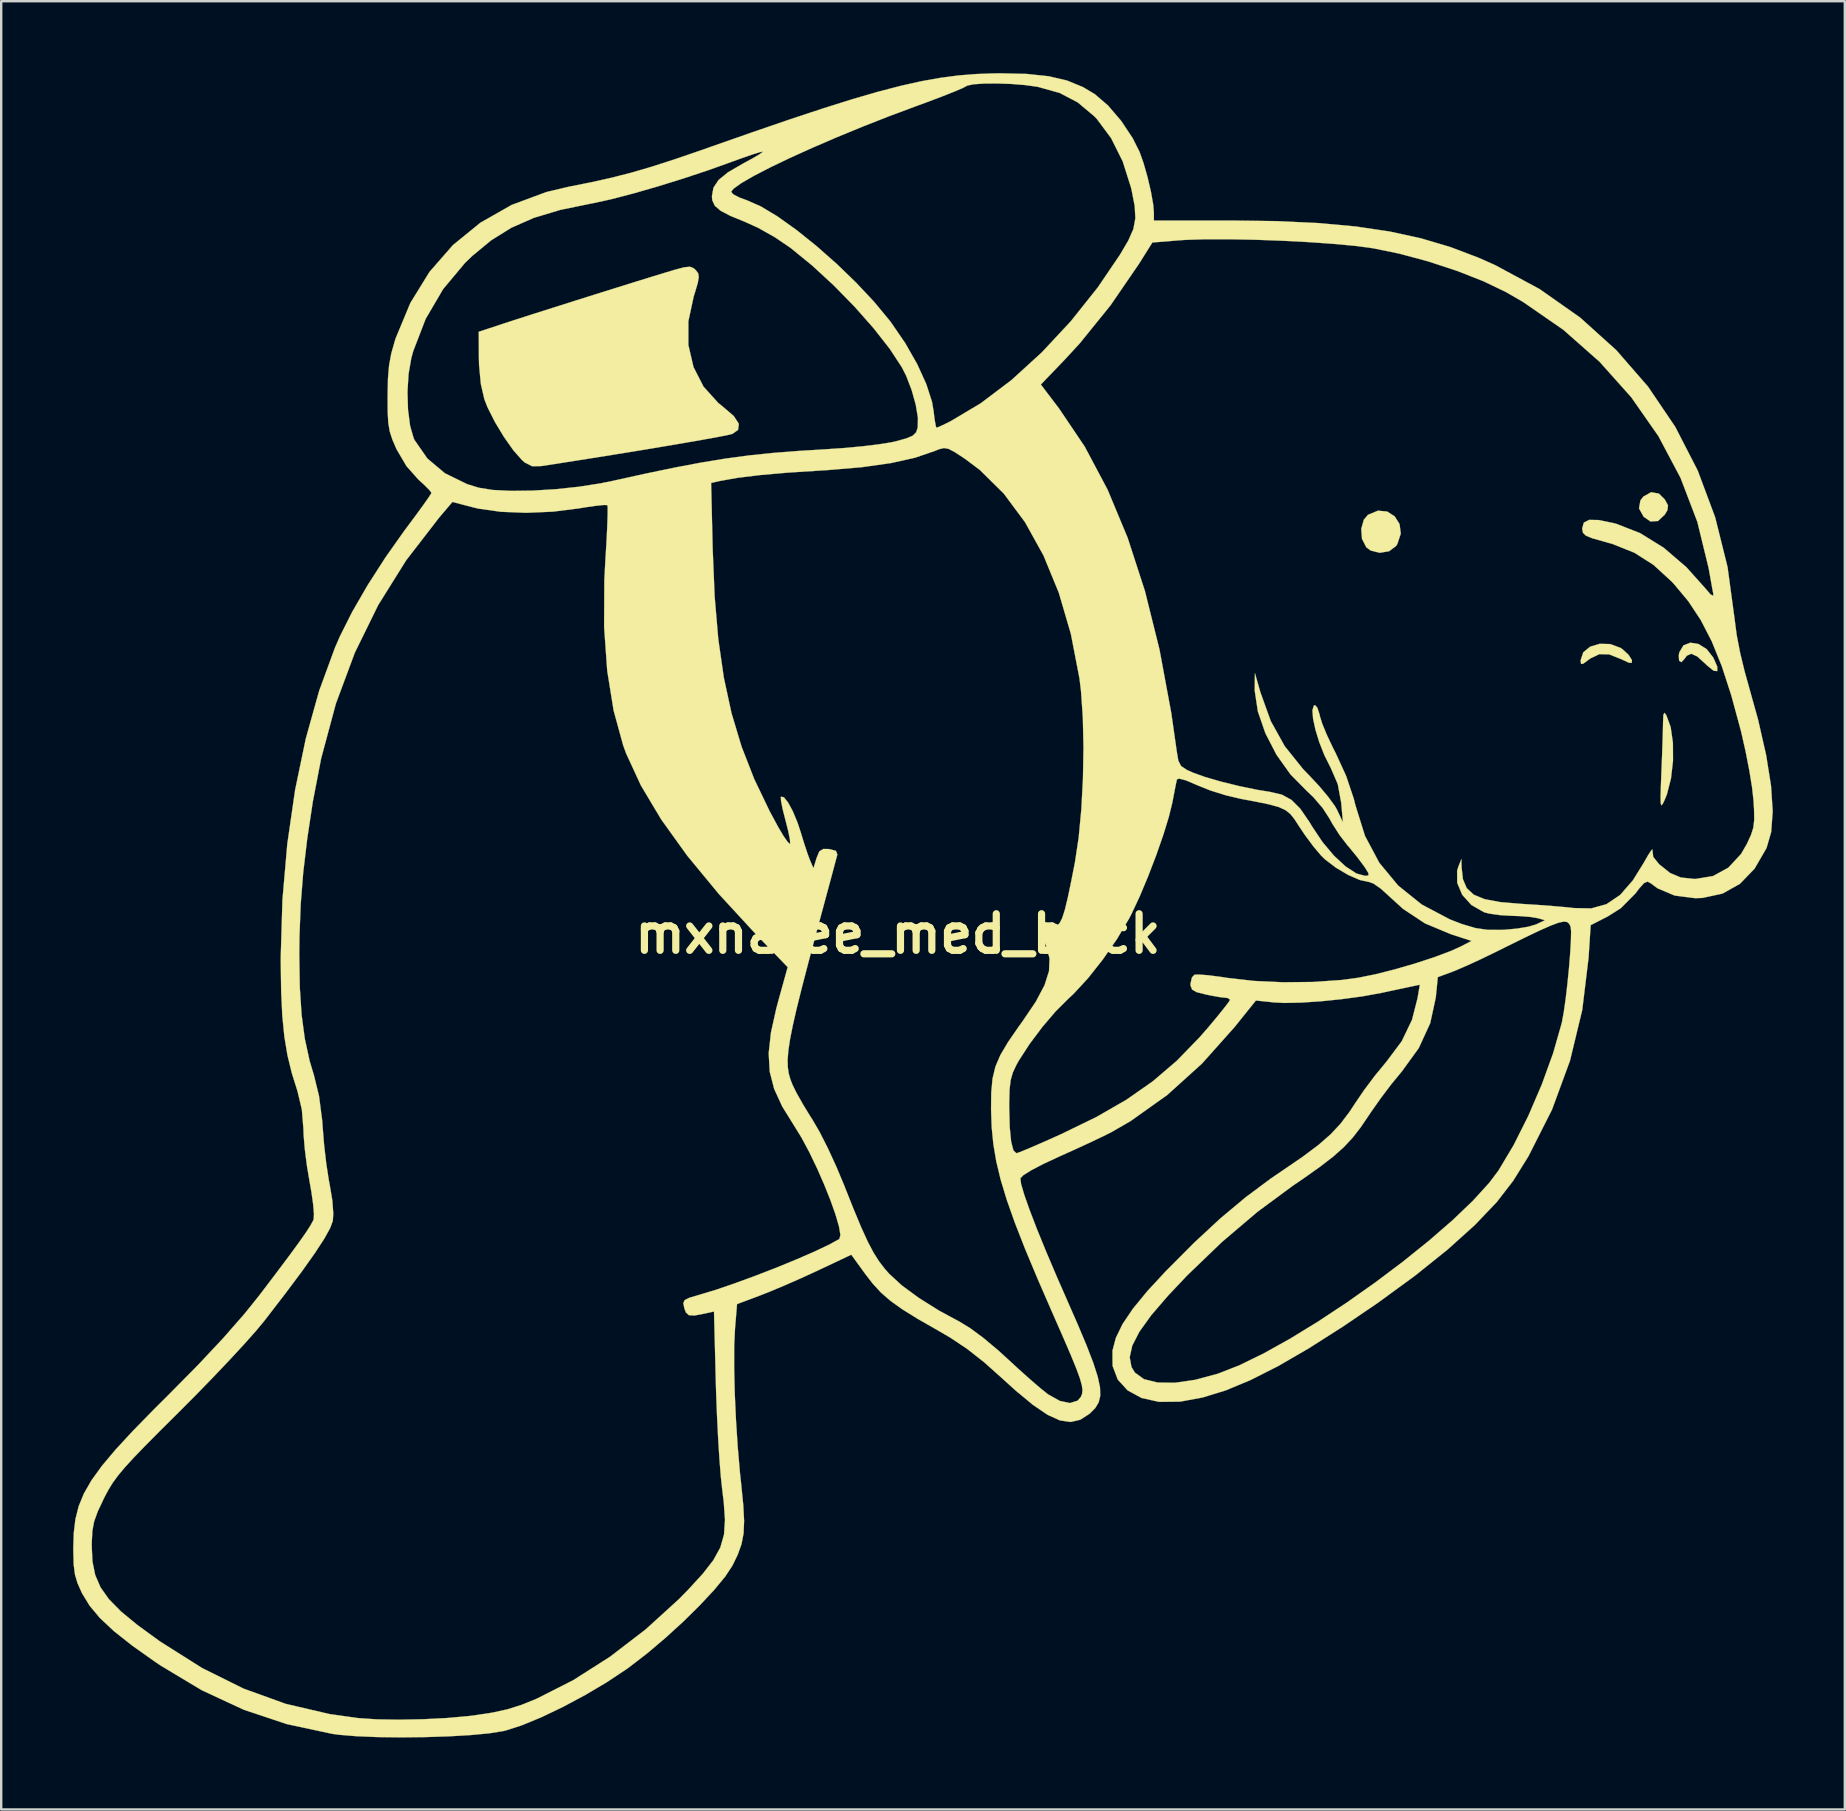
<source format=kicad_pcb>
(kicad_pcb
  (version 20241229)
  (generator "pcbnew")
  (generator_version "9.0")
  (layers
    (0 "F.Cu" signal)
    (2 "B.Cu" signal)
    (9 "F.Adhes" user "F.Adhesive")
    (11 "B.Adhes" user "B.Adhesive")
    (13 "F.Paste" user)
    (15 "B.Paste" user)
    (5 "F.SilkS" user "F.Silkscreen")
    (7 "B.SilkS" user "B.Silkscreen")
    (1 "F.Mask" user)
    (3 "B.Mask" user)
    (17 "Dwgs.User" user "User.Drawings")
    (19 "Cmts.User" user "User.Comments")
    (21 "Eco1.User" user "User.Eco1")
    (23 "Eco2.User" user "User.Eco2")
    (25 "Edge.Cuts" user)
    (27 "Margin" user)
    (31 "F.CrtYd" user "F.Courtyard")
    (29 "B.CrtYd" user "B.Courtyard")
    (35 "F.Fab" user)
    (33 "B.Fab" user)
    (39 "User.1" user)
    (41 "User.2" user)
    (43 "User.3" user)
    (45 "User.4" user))
  (footprint "mxnatee_med_back"
    (layer "F.Cu")
    (at 34.358 35.855)
    (property "Reference" "mxnatee_med_back" (at 0 0 0) (layer "F.SilkS") (effects (font (size 1.524 1.524) (thickness 0.3))))
    (attr through_hole)
    (fp_poly (pts (xy 31.709 -18.339) (xy 31.952 -18.098) (xy 32.087 -17.849) (xy 32.065 -17.653) (xy 31.952 -17.462) (xy 31.671 -17.198) (xy 31.357 -17.178) (xy 31.071 -17.377) (xy 30.879 -17.725) (xy 30.939 -18.06) (xy 31.061 -18.215) (xy 31.384 -18.398) (xy 31.709 -18.339)) (stroke (width 0.01) (type solid)) (fill yes) (layer "F.SilkS"))
    (fp_poly (pts (xy 20.387 -17.592) (xy 20.7 -17.391) (xy 20.903 -17.07) (xy 20.954 -16.673) (xy 20.813 -16.245) (xy 20.757 -16.157) (xy 20.466 -15.938) (xy 20.076 -15.874) (xy 19.696 -15.969) (xy 19.514 -16.107) (xy 19.338 -16.454) (xy 19.306 -16.87) (xy 19.414 -17.252) (xy 19.586 -17.455) (xy 20.002 -17.628) (xy 20.387 -17.592)) (stroke (width 0.01) (type solid)) (fill yes) (layer "F.SilkS"))
    (fp_poly (pts (xy 33.36 -12.072) (xy 33.701 -11.857) (xy 33.978 -11.5) (xy 34.139 -11.129) (xy 34.138 -10.944) (xy 33.989 -10.959) (xy 33.708 -11.186) (xy 33.66 -11.234) (xy 33.307 -11.555) (xy 33.054 -11.668) (xy 32.866 -11.583) (xy 32.782 -11.463) (xy 32.643 -11.316) (xy 32.549 -11.379) (xy 32.536 -11.61) (xy 32.559 -11.726) (xy 32.731 -12.016) (xy 33.017 -12.128) (xy 33.36 -12.072)) (stroke (width 0.01) (type solid)) (fill yes) (layer "F.SilkS"))
    (fp_poly (pts (xy 32.015 -9.11) (xy 32.199 -8.611) (xy 32.292 -7.954) (xy 32.296 -7.215) (xy 32.212 -6.475) (xy 32.042 -5.81) (xy 31.95 -5.582) (xy 31.867 -5.412) (xy 31.813 -5.353) (xy 31.784 -5.432) (xy 31.778 -5.679) (xy 31.789 -6.125) (xy 31.812 -6.719) (xy 31.838 -7.382) (xy 31.86 -8.002) (xy 31.875 -8.507) (xy 31.881 -8.815) (xy 31.894 -9.122) (xy 31.938 -9.206) (xy 32.015 -9.11)) (stroke (width 0.01) (type solid)) (fill yes) (layer "F.SilkS"))
    (fp_poly (pts (xy 29.682 -12.071) (xy 30.104 -11.914) (xy 30.194 -11.854) (xy 30.445 -11.621) (xy 30.58 -11.407) (xy 30.583 -11.395) (xy 30.576 -11.286) (xy 30.456 -11.294) (xy 30.171 -11.426) (xy 30.143 -11.44) (xy 29.635 -11.641) (xy 29.227 -11.651) (xy 28.848 -11.47) (xy 28.783 -11.421) (xy 28.556 -11.253) (xy 28.465 -11.242) (xy 28.448 -11.383) (xy 28.448 -11.401) (xy 28.558 -11.729) (xy 28.844 -11.962) (xy 29.24 -12.081) (xy 29.682 -12.071)) (stroke (width 0.01) (type solid)) (fill yes) (layer "F.SilkS"))
    (fp_poly (pts (xy -8.513 -27.734) (xy -8.422 -27.653) (xy -8.323 -27.528) (xy -8.293 -27.371) (xy -8.335 -27.119) (xy -8.456 -26.71) (xy -8.507 -26.549) (xy -8.728 -25.519) (xy -8.728 -24.53) (xy -8.514 -23.612) (xy -8.097 -22.797) (xy -7.483 -22.115) (xy -7.291 -21.962) (xy -6.836 -21.571) (xy -6.625 -21.248) (xy -6.657 -20.996) (xy -6.89 -20.83) (xy -7.079 -20.782) (xy -7.489 -20.701) (xy -8.09 -20.592) (xy -8.853 -20.458) (xy -9.746 -20.307) (xy -10.74 -20.141) (xy -11.804 -19.968) (xy -12.91 -19.791) (xy -14.026 -19.615) (xy -14.865 -19.486) (xy -15.238 -19.48) (xy -15.538 -19.631) (xy -15.656 -19.733) (xy -16.015 -20.138) (xy -16.41 -20.697) (xy -16.787 -21.323) (xy -17.094 -21.931) (xy -17.226 -22.265) (xy -17.374 -22.904) (xy -17.449 -23.703) (xy -17.456 -24.003) (xy -17.462 -25.082) (xy -16.383 -25.438) (xy -15.849 -25.611) (xy -15.156 -25.834) (xy -14.348 -26.09) (xy -13.471 -26.368) (xy -12.57 -26.652) (xy -11.689 -26.928) (xy -10.874 -27.182) (xy -10.17 -27.4) (xy -9.622 -27.567) (xy -9.298 -27.664) (xy -8.901 -27.769) (xy -8.666 -27.792) (xy -8.513 -27.734)) (stroke (width 0.01) (type solid)) (fill yes) (layer "F.SilkS"))
    (fp_poly (pts (xy 5.369 -35.825) (xy 6.285 -35.728) (xy 7.051 -35.549) (xy 7.714 -35.276) (xy 8.209 -34.98) (xy 8.759 -34.506) (xy 9.305 -33.868) (xy 9.784 -33.147) (xy 10.071 -32.575) (xy 10.237 -32.108) (xy 10.402 -31.526) (xy 10.543 -30.922) (xy 10.638 -30.388) (xy 10.666 -30.067) (xy 10.668 -29.718) (xy 13.848 -29.718) (xy 15.797 -29.692) (xy 17.531 -29.611) (xy 19.085 -29.468) (xy 20.493 -29.259) (xy 21.789 -28.977) (xy 23.008 -28.616) (xy 24.183 -28.171) (xy 24.883 -27.86) (xy 26.739 -26.86) (xy 28.425 -25.675) (xy 29.933 -24.316) (xy 31.257 -22.794) (xy 32.39 -21.119) (xy 33.324 -19.302) (xy 34.052 -17.353) (xy 34.568 -15.282) (xy 34.864 -13.1) (xy 34.866 -13.081) (xy 34.948 -12.452) (xy 35.094 -11.697) (xy 35.28 -10.928) (xy 35.371 -10.604) (xy 35.841 -8.916) (xy 36.177 -7.439) (xy 36.379 -6.17) (xy 36.449 -5.106) (xy 36.386 -4.241) (xy 36.193 -3.575) (xy 35.694 -2.714) (xy 35.083 -2.081) (xy 34.359 -1.675) (xy 33.52 -1.494) (xy 33.21 -1.484) (xy 32.363 -1.593) (xy 31.65 -1.895) (xy 31.365 -2.106) (xy 31.235 -2.175) (xy 31.093 -2.115) (xy 30.891 -1.894) (xy 30.73 -1.681) (xy 30.123 -1.068) (xy 29.577 -0.723) (xy 28.865 -0.359) (xy 28.778 0.995) (xy 28.514 3.172) (xy 28.004 5.287) (xy 27.255 7.324) (xy 26.272 9.271) (xy 25.629 10.301) (xy 24.951 11.179) (xy 24.04 12.133) (xy 22.904 13.156) (xy 21.55 14.242) (xy 19.987 15.384) (xy 18.549 16.361) (xy 17.117 17.273) (xy 15.839 18.014) (xy 14.691 18.595) (xy 13.651 19.027) (xy 12.695 19.32) (xy 11.8 19.485) (xy 11.735 19.493) (xy 10.882 19.502) (xy 10.153 19.339) (xy 9.572 19.023) (xy 9.162 18.572) (xy 8.946 18.002) (xy 8.944 17.643) (xy 9.659 17.643) (xy 9.734 18.052) (xy 9.877 18.284) (xy 10.254 18.556) (xy 10.818 18.696) (xy 11.539 18.706) (xy 12.386 18.584) (xy 13.328 18.331) (xy 13.335 18.328) (xy 14.218 17.983) (xy 15.229 17.49) (xy 16.335 16.874) (xy 17.503 16.159) (xy 18.699 15.369) (xy 19.891 14.527) (xy 21.046 13.658) (xy 22.131 12.785) (xy 23.112 11.933) (xy 23.957 11.125) (xy 24.632 10.385) (xy 25.024 9.864) (xy 25.655 8.807) (xy 26.27 7.581) (xy 26.831 6.274) (xy 27.303 4.971) (xy 27.649 3.758) (xy 27.667 3.683) (xy 27.743 3.274) (xy 27.821 2.727) (xy 27.895 2.099) (xy 27.96 1.445) (xy 28.011 0.822) (xy 28.042 0.286) (xy 28.05 -0.107) (xy 28.03 -0.293) (xy 27.971 -0.416) (xy 27.884 -0.491) (xy 27.743 -0.509) (xy 27.522 -0.461) (xy 27.192 -0.338) (xy 26.728 -0.132) (xy 26.102 0.167) (xy 25.288 0.569) (xy 24.892 0.766) (xy 24.316 1.045) (xy 23.753 1.305) (xy 23.286 1.508) (xy 23.091 1.586) (xy 22.496 1.806) (xy 22.413 2.649) (xy 22.18 3.724) (xy 21.703 4.762) (xy 20.989 5.747) (xy 20.961 5.779) (xy 20.567 6.257) (xy 20.124 6.843) (xy 19.713 7.427) (xy 19.627 7.556) (xy 19.28 8.067) (xy 18.945 8.499) (xy 18.579 8.89) (xy 18.143 9.279) (xy 17.594 9.702) (xy 16.891 10.2) (xy 16.439 10.509) (xy 14.983 11.584) (xy 13.502 12.842) (xy 12.059 14.229) (xy 11.252 15.083) (xy 10.555 15.894) (xy 10.062 16.581) (xy 9.766 17.158) (xy 9.659 17.643) (xy 8.944 17.643) (xy 8.942 17.368) (xy 9.082 16.837) (xy 9.36 16.264) (xy 9.792 15.622) (xy 10.397 14.886) (xy 11.15 14.072) (xy 12.337 12.879) (xy 13.435 11.86) (xy 14.494 10.975) (xy 15.558 10.183) (xy 16.066 9.838) (xy 16.884 9.278) (xy 17.524 8.798) (xy 18.03 8.356) (xy 18.447 7.909) (xy 18.819 7.417) (xy 19.054 7.06) (xy 19.423 6.517) (xy 19.874 5.915) (xy 20.315 5.378) (xy 20.344 5.345) (xy 20.992 4.48) (xy 21.422 3.585) (xy 21.653 2.68) (xy 21.746 2.122) (xy 21.382 2.199) (xy 21.072 2.265) (xy 20.615 2.362) (xy 20.13 2.466) (xy 19.364 2.605) (xy 18.507 2.722) (xy 17.63 2.812) (xy 16.805 2.867) (xy 16.101 2.881) (xy 15.682 2.86) (xy 14.917 2.78) (xy 14.031 3.883) (xy 12.673 5.406) (xy 11.221 6.718) (xy 9.693 7.805) (xy 8.89 8.268) (xy 8.555 8.435) (xy 8.053 8.674) (xy 7.448 8.954) (xy 6.805 9.244) (xy 6.731 9.277) (xy 6.072 9.584) (xy 5.561 9.85) (xy 5.229 10.057) (xy 5.105 10.186) (xy 5.134 10.423) (xy 5.264 10.869) (xy 5.486 11.499) (xy 5.791 12.294) (xy 6.173 13.23) (xy 6.622 14.286) (xy 6.999 15.146) (xy 7.483 16.25) (xy 7.862 17.15) (xy 8.141 17.874) (xy 8.326 18.448) (xy 8.422 18.897) (xy 8.433 19.247) (xy 8.366 19.525) (xy 8.226 19.757) (xy 8.017 19.969) (xy 7.975 20.005) (xy 7.598 20.247) (xy 7.199 20.34) (xy 6.753 20.274) (xy 6.238 20.041) (xy 5.631 19.629) (xy 4.908 19.031) (xy 4.371 18.544) (xy 3.594 17.85) (xy 2.889 17.296) (xy 2.174 16.819) (xy 1.661 16.52) (xy 0.835 16.048) (xy 0.195 15.651) (xy -0.302 15.297) (xy -0.702 14.95) (xy -1.046 14.576) (xy -1.359 14.171) (xy -1.94 13.37) (xy -3.351 14.036) (xy -4.017 14.342) (xy -4.714 14.648) (xy -5.348 14.914) (xy -5.731 15.065) (xy -6.7 15.428) (xy -6.784 16.44) (xy -6.818 17.153) (xy -6.821 18.059) (xy -6.797 19.1) (xy -6.747 20.217) (xy -6.674 21.351) (xy -6.58 22.444) (xy -6.526 22.95) (xy -6.441 23.8) (xy -6.406 24.458) (xy -6.428 24.983) (xy -6.515 25.433) (xy -6.671 25.867) (xy -6.891 26.321) (xy -7.19 26.775) (xy -7.657 27.341) (xy -8.255 27.981) (xy -8.944 28.66) (xy -9.688 29.339) (xy -10.449 29.983) (xy -11.189 30.553) (xy -11.307 30.638) (xy -12.124 31.181) (xy -13.024 31.714) (xy -13.951 32.21) (xy -14.852 32.641) (xy -15.67 32.979) (xy -16.349 33.197) (xy -16.447 33.219) (xy -17.024 33.311) (xy -17.796 33.384) (xy -18.706 33.437) (xy -19.695 33.469) (xy -20.706 33.48) (xy -21.68 33.468) (xy -22.559 33.432) (xy -23.285 33.372) (xy -23.558 33.335) (xy -25.456 32.928) (xy -27.254 32.328) (xy -28.998 31.517) (xy -30.733 30.476) (xy -30.944 30.334) (xy -31.902 29.655) (xy -32.658 29.057) (xy -33.238 28.514) (xy -33.67 28) (xy -33.982 27.489) (xy -33.999 27.456) (xy -34.177 27.059) (xy -34.284 26.701) (xy -34.337 26.291) (xy -34.353 25.738) (xy -34.353 25.59) (xy -34.351 25.509) (xy -33.586 25.509) (xy -33.556 26.152) (xy -33.442 26.714) (xy -33.221 27.227) (xy -32.87 27.724) (xy -32.365 28.237) (xy -31.683 28.798) (xy -30.8 29.441) (xy -30.713 29.502) (xy -28.985 30.593) (xy -27.261 31.449) (xy -25.506 32.083) (xy -23.681 32.509) (xy -22.479 32.678) (xy -21.718 32.729) (xy -20.793 32.744) (xy -19.789 32.725) (xy -18.794 32.675) (xy -17.893 32.594) (xy -17.693 32.57) (xy -16.897 32.45) (xy -16.253 32.308) (xy -15.659 32.119) (xy -15.041 31.867) (xy -13.523 31.096) (xy -11.992 30.121) (xy -10.504 28.979) (xy -9.113 27.713) (xy -8.74 27.332) (xy -8.125 26.661) (xy -7.684 26.093) (xy -7.397 25.57) (xy -7.243 25.032) (xy -7.202 24.419) (xy -7.254 23.673) (xy -7.315 23.181) (xy -7.374 22.633) (xy -7.433 21.892) (xy -7.488 21.017) (xy -7.535 20.068) (xy -7.572 19.105) (xy -7.582 18.759) (xy -7.66 15.737) (xy -8.053 15.824) (xy -8.468 15.903) (xy -8.706 15.892) (xy -8.833 15.773) (xy -8.899 15.59) (xy -8.938 15.391) (xy -8.886 15.264) (xy -8.691 15.166) (xy -8.304 15.051) (xy -8.276 15.043) (xy -7.6 14.839) (xy -6.806 14.568) (xy -5.943 14.252) (xy -5.065 13.912) (xy -4.223 13.566) (xy -3.468 13.238) (xy -2.853 12.946) (xy -2.436 12.716) (xy -2.393 12.548) (xy -2.452 12.196) (xy -2.596 11.7) (xy -2.808 11.101) (xy -3.072 10.44) (xy -3.372 9.758) (xy -3.691 9.095) (xy -4.014 8.493) (xy -4.318 8) (xy -4.814 7.201) (xy -5.152 6.467) (xy -5.339 5.744) (xy -5.382 4.977) (xy -5.287 4.113) (xy -5.061 3.096) (xy -4.97 2.759) (xy -4.59 1.39) (xy -5.905 0.028) (xy -7.458 -1.658) (xy -8.776 -3.255) (xy -9.858 -4.762) (xy -10.706 -6.181) (xy -11.321 -7.513) (xy -11.445 -7.854) (xy -11.844 -9.309) (xy -12.109 -10.959) (xy -12.238 -12.778) (xy -12.229 -14.744) (xy -12.184 -15.597) (xy -12.14 -16.318) (xy -12.109 -16.946) (xy -12.092 -17.44) (xy -12.09 -17.759) (xy -12.101 -17.859) (xy -12.246 -17.866) (xy -12.58 -17.832) (xy -13.044 -17.765) (xy -13.289 -17.724) (xy -14.373 -17.587) (xy -15.484 -17.54) (xy -16.543 -17.582) (xy -17.468 -17.713) (xy -17.693 -17.766) (xy -18.558 -17.992) (xy -19.107 -17.346) (xy -20.483 -15.565) (xy -21.652 -13.694) (xy -22.626 -11.709) (xy -23.414 -9.589) (xy -24.027 -7.31) (xy -24.376 -5.499) (xy -24.609 -3.952) (xy -24.774 -2.562) (xy -24.879 -1.245) (xy -24.931 0.085) (xy -24.939 0.889) (xy -24.918 2.227) (xy -24.843 3.371) (xy -24.709 4.373) (xy -24.509 5.29) (xy -24.326 5.905) (xy -24.117 6.758) (xy -23.984 7.779) (xy -23.96 8.113) (xy -23.903 8.818) (xy -23.815 9.57) (xy -23.712 10.243) (xy -23.67 10.464) (xy -23.561 11.116) (xy -23.522 11.662) (xy -23.542 11.96) (xy -23.651 12.258) (xy -23.895 12.699) (xy -24.281 13.291) (xy -24.815 14.045) (xy -25.505 14.969) (xy -26.355 16.074) (xy -26.401 16.133) (xy -26.745 16.547) (xy -27.237 17.1) (xy -27.842 17.754) (xy -28.524 18.473) (xy -29.249 19.219) (xy -29.967 19.939) (xy -30.741 20.709) (xy -31.356 21.329) (xy -31.837 21.827) (xy -32.205 22.23) (xy -32.486 22.566) (xy -32.703 22.861) (xy -32.878 23.143) (xy -33.037 23.439) (xy -33.087 23.54) (xy -33.336 24.069) (xy -33.485 24.479) (xy -33.559 24.871) (xy -33.584 25.345) (xy -33.586 25.509) (xy -34.351 25.509) (xy -34.334 24.96) (xy -34.265 24.389) (xy -34.13 23.851) (xy -33.912 23.32) (xy -33.595 22.768) (xy -33.163 22.17) (xy -32.599 21.499) (xy -31.887 20.728) (xy -31.011 19.831) (xy -30.418 19.241) (xy -29.162 17.97) (xy -28.098 16.835) (xy -27.212 15.822) (xy -26.593 15.05) (xy -25.914 14.156) (xy -25.378 13.441) (xy -24.97 12.884) (xy -24.674 12.464) (xy -24.478 12.161) (xy -24.364 11.953) (xy -24.339 11.891) (xy -24.327 11.673) (xy -24.361 11.269) (xy -24.435 10.745) (xy -24.509 10.329) (xy -24.621 9.663) (xy -24.708 8.978) (xy -24.758 8.38) (xy -24.765 8.141) (xy -24.832 7.319) (xy -25.015 6.553) (xy -25.018 6.543) (xy -25.253 5.794) (xy -25.432 5.057) (xy -25.561 4.28) (xy -25.646 3.414) (xy -25.694 2.406) (xy -25.711 1.206) (xy -25.711 0.953) (xy -25.64 -1.417) (xy -25.438 -3.745) (xy -25.112 -5.997) (xy -24.667 -8.133) (xy -24.112 -10.119) (xy -23.453 -11.917) (xy -23.245 -12.395) (xy -22.738 -13.405) (xy -22.091 -14.524) (xy -21.347 -15.682) (xy -20.549 -16.811) (xy -20.46 -16.929) (xy -20.082 -17.437) (xy -19.767 -17.87) (xy -19.542 -18.19) (xy -19.436 -18.358) (xy -19.431 -18.371) (xy -19.519 -18.489) (xy -19.746 -18.716) (xy -19.982 -18.931) (xy -20.472 -19.484) (xy -20.882 -20.18) (xy -20.899 -20.217) (xy -21.064 -20.599) (xy -21.17 -20.93) (xy -21.23 -21.283) (xy -21.255 -21.734) (xy -21.259 -22.358) (xy -21.259 -22.416) (xy -21.255 -22.584) (xy -20.431 -22.584) (xy -20.409 -21.837) (xy -20.322 -21.165) (xy -20.173 -20.647) (xy -20.138 -20.574) (xy -19.602 -19.801) (xy -18.871 -19.187) (xy -17.953 -18.737) (xy -17.462 -18.585) (xy -16.886 -18.492) (xy -16.12 -18.453) (xy -15.226 -18.464) (xy -14.262 -18.522) (xy -13.287 -18.626) (xy -12.361 -18.771) (xy -12.302 -18.783) (xy -7.78 -18.783) (xy -7.715 -16.027) (xy -7.633 -14.05) (xy -7.482 -12.279) (xy -7.251 -10.674) (xy -6.931 -9.194) (xy -6.512 -7.799) (xy -5.985 -6.449) (xy -5.34 -5.104) (xy -4.986 -4.448) (xy -4.763 -4.072) (xy -4.587 -3.822) (xy -4.492 -3.742) (xy -4.486 -3.751) (xy -4.497 -3.927) (xy -4.566 -4.275) (xy -4.679 -4.722) (xy -4.69 -4.762) (xy -4.802 -5.202) (xy -4.868 -5.539) (xy -4.875 -5.706) (xy -4.872 -5.711) (xy -4.748 -5.688) (xy -4.574 -5.47) (xy -4.376 -5.104) (xy -4.182 -4.637) (xy -4.055 -4.255) (xy -3.904 -3.764) (xy -3.761 -3.331) (xy -3.655 -3.049) (xy -3.654 -3.048) (xy -3.516 -2.731) (xy -3.389 -3.15) (xy -3.272 -3.434) (xy -3.103 -3.535) (xy -2.869 -3.531) (xy -2.583 -3.458) (xy -2.521 -3.307) (xy -2.522 -3.302) (xy -2.572 -3.112) (xy -2.673 -2.73) (xy -2.813 -2.21) (xy -2.977 -1.603) (xy -2.998 -1.524) (xy -3.395 -0.054) (xy -3.727 1.193) (xy -3.999 2.24) (xy -4.215 3.108) (xy -4.378 3.821) (xy -4.493 4.399) (xy -4.563 4.866) (xy -4.593 5.243) (xy -4.586 5.553) (xy -4.547 5.818) (xy -4.479 6.059) (xy -4.391 6.287) (xy -4.221 6.632) (xy -3.957 7.1) (xy -3.648 7.606) (xy -3.557 7.747) (xy -3.261 8.255) (xy -2.918 8.931) (xy -2.564 9.701) (xy -2.233 10.491) (xy -2.214 10.541) (xy -1.836 11.49) (xy -1.524 12.237) (xy -1.258 12.82) (xy -1.017 13.278) (xy -0.783 13.648) (xy -0.537 13.968) (xy -0.359 14.169) (xy 0.166 14.651) (xy 0.879 15.175) (xy 1.726 15.705) (xy 2.584 16.169) (xy 3.024 16.438) (xy 3.575 16.848) (xy 4.179 17.354) (xy 4.538 17.681) (xy 5.046 18.149) (xy 5.538 18.588) (xy 5.959 18.95) (xy 6.254 19.185) (xy 6.26 19.189) (xy 6.746 19.462) (xy 7.17 19.551) (xy 7.493 19.451) (xy 7.623 19.298) (xy 7.676 19.169) (xy 7.693 19.014) (xy 7.665 18.805) (xy 7.582 18.513) (xy 7.434 18.109) (xy 7.211 17.563) (xy 6.903 16.848) (xy 6.502 15.934) (xy 6.448 15.812) (xy 5.819 14.367) (xy 5.297 13.119) (xy 4.874 12.036) (xy 4.539 11.088) (xy 4.284 10.247) (xy 4.1 9.48) (xy 3.978 8.759) (xy 3.909 8.053) (xy 3.884 7.333) (xy 3.883 7.303) (xy 3.884 7.239) (xy 4.639 7.239) (xy 4.661 8.063) (xy 4.72 8.661) (xy 4.814 9.024) (xy 4.94 9.144) (xy 5.088 9.094) (xy 5.424 8.956) (xy 5.906 8.748) (xy 6.489 8.489) (xy 6.816 8.342) (xy 8.27 7.635) (xy 9.521 6.915) (xy 10.622 6.146) (xy 11.622 5.291) (xy 12.572 4.312) (xy 12.929 3.903) (xy 13.296 3.464) (xy 13.593 3.096) (xy 13.786 2.842) (xy 13.843 2.747) (xy 13.74 2.675) (xy 13.659 2.667) (xy 13.433 2.642) (xy 13.064 2.577) (xy 12.833 2.529) (xy 12.451 2.432) (xy 12.259 2.324) (xy 12.195 2.162) (xy 12.192 2.081) (xy 12.252 1.819) (xy 12.359 1.706) (xy 12.55 1.698) (xy 12.928 1.728) (xy 13.426 1.791) (xy 13.724 1.837) (xy 14.822 1.963) (xy 16.053 2.02) (xy 17.312 2.007) (xy 18.498 1.924) (xy 19.186 1.831) (xy 19.9 1.686) (xy 20.715 1.48) (xy 21.557 1.235) (xy 22.355 0.974) (xy 23.034 0.719) (xy 23.442 0.535) (xy 23.902 0.298) (xy 23.032 0.014) (xy 21.965 -0.432) (xy 21.046 -1.039) (xy 20.452 -1.581) (xy 20.116 -1.885) (xy 19.81 -2.095) (xy 19.627 -2.16) (xy 19.244 -2.242) (xy 18.758 -2.455) (xy 18.25 -2.755) (xy 17.801 -3.097) (xy 17.638 -3.255) (xy 17.313 -3.64) (xy 16.955 -4.122) (xy 16.723 -4.47) (xy 16.527 -4.772) (xy 16.35 -4.994) (xy 16.145 -5.156) (xy 15.866 -5.282) (xy 15.467 -5.392) (xy 14.902 -5.508) (xy 14.287 -5.623) (xy 13.664 -5.77) (xy 13.01 -5.975) (xy 12.468 -6.193) (xy 12.006 -6.391) (xy 11.718 -6.466) (xy 11.627 -6.431) (xy 11.585 -6.238) (xy 11.514 -5.877) (xy 11.438 -5.476) (xy 11.291 -4.874) (xy 11.057 -4.112) (xy 10.759 -3.26) (xy 10.423 -2.385) (xy 10.075 -1.555) (xy 9.74 -0.839) (xy 9.634 -0.635) (xy 9.134 0.211) (xy 8.544 1.065) (xy 7.919 1.855) (xy 7.314 2.509) (xy 7.103 2.705) (xy 6.581 3.224) (xy 6.018 3.884) (xy 5.482 4.599) (xy 5.042 5.28) (xy 4.938 5.465) (xy 4.79 5.78) (xy 4.699 6.098) (xy 4.653 6.494) (xy 4.639 7.045) (xy 4.639 7.239) (xy 3.884 7.239) (xy 3.892 6.601) (xy 3.945 6.033) (xy 4.064 5.537) (xy 4.272 5.051) (xy 4.591 4.511) (xy 5.044 3.855) (xy 5.197 3.643) (xy 5.747 2.83) (xy 6.11 2.145) (xy 6.298 1.555) (xy 6.32 1.027) (xy 6.186 0.525) (xy 6.142 0.425) (xy 6.022 0.044) (xy 6.106 -0.19) (xy 6.401 -0.295) (xy 6.492 -0.303) (xy 6.623 -0.336) (xy 6.738 -0.442) (xy 6.845 -0.649) (xy 6.955 -0.99) (xy 7.078 -1.494) (xy 7.224 -2.192) (xy 7.379 -2.985) (xy 7.533 -4.006) (xy 7.645 -5.193) (xy 7.712 -6.472) (xy 7.734 -7.768) (xy 7.707 -9.005) (xy 7.631 -10.11) (xy 7.567 -10.638) (xy 7.209 -12.493) (xy 6.706 -14.208) (xy 6.066 -15.766) (xy 5.298 -17.149) (xy 4.412 -18.342) (xy 3.416 -19.325) (xy 2.782 -19.8) (xy 2.381 -20.062) (xy 2.118 -20.202) (xy 1.922 -20.238) (xy 1.718 -20.189) (xy 1.545 -20.119) (xy 0.722 -19.837) (xy -0.285 -19.612) (xy -1.495 -19.441) (xy -2.93 -19.319) (xy -3.236 -19.3) (xy -4.606 -19.212) (xy -5.742 -19.112) (xy -6.662 -19) (xy -7.386 -18.872) (xy -7.478 -18.852) (xy -7.78 -18.783) (xy -12.302 -18.783) (xy -11.938 -18.857) (xy -10.506 -19.173) (xy -9.268 -19.43) (xy -8.172 -19.637) (xy -7.168 -19.801) (xy -6.203 -19.93) (xy -5.228 -20.032) (xy -4.189 -20.114) (xy -3.048 -20.184) (xy -2.266 -20.237) (xy -1.5 -20.308) (xy -0.819 -20.389) (xy -0.29 -20.473) (xy -0.102 -20.513) (xy 0.354 -20.639) (xy 0.622 -20.753) (xy 0.76 -20.891) (xy 0.827 -21.09) (xy 0.837 -21.495) (xy 0.746 -22.043) (xy 0.575 -22.654) (xy 0.346 -23.249) (xy 0.169 -23.599) (xy -0.335 -24.368) (xy -1.007 -25.226) (xy -1.8 -26.124) (xy -2.67 -27.013) (xy -3.57 -27.843) (xy -4.455 -28.565) (xy -4.462 -28.571) (xy -5.116 -29.016) (xy -5.816 -29.411) (xy -6.367 -29.661) (xy -6.982 -29.913) (xy -7.389 -30.127) (xy -7.627 -30.334) (xy -7.732 -30.561) (xy -7.747 -30.725) (xy -7.713 -30.917) (xy -6.947 -30.917) (xy -6.86 -30.81) (xy -6.592 -30.671) (xy -6.29 -30.561) (xy -5.707 -30.305) (xy -5.004 -29.881) (xy -4.219 -29.32) (xy -3.388 -28.653) (xy -2.549 -27.912) (xy -1.738 -27.128) (xy -0.992 -26.333) (xy -0.35 -25.558) (xy -0.278 -25.463) (xy 0.309 -24.606) (xy 0.806 -23.734) (xy 1.186 -22.9) (xy 1.424 -22.159) (xy 1.484 -21.81) (xy 1.533 -21.419) (xy 1.581 -21.155) (xy 1.61 -21.082) (xy 1.743 -21.135) (xy 2.024 -21.268) (xy 2.196 -21.354) (xy 3.456 -22.105) (xy 4.487 -22.884) (xy 5.957 -22.884) (xy 6.714 -21.888) (xy 7.786 -20.297) (xy 8.739 -18.502) (xy 9.574 -16.498) (xy 10.294 -14.281) (xy 10.9 -11.847) (xy 11.393 -9.191) (xy 11.623 -7.58) (xy 11.686 -7.21) (xy 11.8 -6.99) (xy 12.034 -6.832) (xy 12.296 -6.713) (xy 12.8 -6.532) (xy 13.47 -6.338) (xy 14.223 -6.153) (xy 14.973 -5.999) (xy 15.517 -5.91) (xy 16 -5.797) (xy 16.399 -5.579) (xy 16.765 -5.213) (xy 17.146 -4.659) (xy 17.261 -4.468) (xy 17.696 -3.817) (xy 18.175 -3.249) (xy 18.659 -2.801) (xy 19.109 -2.51) (xy 19.468 -2.413) (xy 19.605 -2.431) (xy 19.607 -2.525) (xy 19.467 -2.752) (xy 19.416 -2.826) (xy 19.148 -3.185) (xy 18.82 -3.587) (xy 18.714 -3.71) (xy 18.4 -4.119) (xy 18.091 -4.604) (xy 17.982 -4.804) (xy 17.701 -5.237) (xy 17.312 -5.692) (xy 17.03 -5.959) (xy 16.359 -6.64) (xy 15.775 -7.46) (xy 15.312 -8.356) (xy 14.999 -9.265) (xy 14.869 -10.123) (xy 14.868 -10.269) (xy 14.877 -10.858) (xy 15.103 -10.067) (xy 15.536 -8.863) (xy 16.116 -7.819) (xy 16.883 -6.861) (xy 17.117 -6.62) (xy 17.544 -6.165) (xy 17.925 -5.712) (xy 18.206 -5.326) (xy 18.303 -5.156) (xy 18.545 -4.636) (xy 18.471 -5.461) (xy 18.329 -6.235) (xy 18.029 -6.929) (xy 18.011 -6.96) (xy 17.767 -7.45) (xy 17.559 -7.98) (xy 17.399 -8.501) (xy 17.299 -8.963) (xy 17.273 -9.314) (xy 17.331 -9.505) (xy 17.385 -9.525) (xy 17.479 -9.414) (xy 17.569 -9.139) (xy 17.583 -9.068) (xy 17.681 -8.754) (xy 17.869 -8.296) (xy 18.117 -7.77) (xy 18.248 -7.512) (xy 18.679 -6.572) (xy 18.996 -5.625) (xy 19.062 -5.36) (xy 19.462 -4.079) (xy 20.057 -2.961) (xy 20.845 -2.008) (xy 21.826 -1.22) (xy 22.997 -0.601) (xy 23.495 -0.408) (xy 24.064 -0.238) (xy 24.589 -0.163) (xy 25.209 -0.165) (xy 25.273 -0.168) (xy 25.796 -0.216) (xy 26.266 -0.295) (xy 26.585 -0.388) (xy 26.594 -0.392) (xy 26.962 -0.566) (xy 26.657 -0.651) (xy 26.366 -0.7) (xy 25.93 -0.736) (xy 25.567 -0.749) (xy 25.081 -0.778) (xy 24.645 -0.84) (xy 24.424 -0.897) (xy 23.897 -1.199) (xy 23.514 -1.625) (xy 23.305 -2.119) (xy 23.301 -2.627) (xy 23.352 -2.794) (xy 23.479 -3.111) (xy 23.487 -2.771) (xy 23.542 -2.276) (xy 23.701 -1.901) (xy 23.993 -1.63) (xy 24.448 -1.442) (xy 25.095 -1.321) (xy 25.966 -1.247) (xy 25.966 -1.247) (xy 26.641 -1.204) (xy 27.294 -1.155) (xy 27.844 -1.107) (xy 28.165 -1.072) (xy 28.891 -1.058) (xy 29.525 -1.235) (xy 30.094 -1.619) (xy 30.623 -2.226) (xy 31.06 -2.929) (xy 31.263 -3.282) (xy 31.399 -3.488) (xy 31.444 -3.511) (xy 31.439 -3.485) (xy 31.471 -3.204) (xy 31.717 -2.898) (xy 32.175 -2.533) (xy 32.622 -2.345) (xy 33.172 -2.286) (xy 33.241 -2.286) (xy 33.966 -2.406) (xy 34.602 -2.756) (xy 35.128 -3.321) (xy 35.372 -3.741) (xy 35.543 -4.113) (xy 35.642 -4.421) (xy 35.68 -4.751) (xy 35.672 -5.193) (xy 35.649 -5.563) (xy 35.589 -6.106) (xy 35.474 -6.809) (xy 35.322 -7.59) (xy 35.147 -8.364) (xy 35.111 -8.509) (xy 34.722 -9.941) (xy 34.327 -11.155) (xy 33.908 -12.189) (xy 33.449 -13.077) (xy 32.933 -13.857) (xy 32.343 -14.564) (xy 32.234 -14.681) (xy 31.477 -15.374) (xy 30.689 -15.875) (xy 29.779 -16.239) (xy 29.393 -16.349) (xy 28.932 -16.479) (xy 28.666 -16.588) (xy 28.544 -16.708) (xy 28.512 -16.872) (xy 28.512 -16.894) (xy 28.581 -17.131) (xy 28.804 -17.245) (xy 29.204 -17.238) (xy 29.804 -17.114) (xy 29.937 -17.079) (xy 30.928 -16.692) (xy 31.913 -16.081) (xy 32.853 -15.274) (xy 33.622 -14.415) (xy 33.861 -14.139) (xy 33.971 -14.082) (xy 33.974 -14.161) (xy 33.927 -14.415) (xy 33.853 -14.825) (xy 33.779 -15.24) (xy 33.31 -17.162) (xy 32.608 -18.999) (xy 31.687 -20.735) (xy 30.558 -22.352) (xy 29.234 -23.834) (xy 27.727 -25.164) (xy 26.05 -26.324) (xy 25.333 -26.738) (xy 24.404 -27.185) (xy 23.302 -27.618) (xy 22.106 -28.011) (xy 20.896 -28.337) (xy 19.803 -28.561) (xy 19.092 -28.657) (xy 18.186 -28.742) (xy 17.146 -28.816) (xy 16.031 -28.874) (xy 14.9 -28.916) (xy 13.814 -28.937) (xy 12.831 -28.937) (xy 12.012 -28.912) (xy 11.721 -28.893) (xy 10.604 -28.802) (xy 10.041 -27.905) (xy 8.862 -26.186) (xy 7.581 -24.603) (xy 6.972 -23.941) (xy 5.957 -22.884) (xy 4.487 -22.884) (xy 4.734 -23.071) (xy 5.994 -24.22) (xy 7.205 -25.519) (xy 8.333 -26.935) (xy 9.251 -28.288) (xy 9.601 -28.882) (xy 9.812 -29.362) (xy 9.896 -29.813) (xy 9.868 -30.321) (xy 9.742 -30.969) (xy 9.71 -31.104) (xy 9.368 -32.181) (xy 8.886 -33.148) (xy 8.297 -33.942) (xy 8.182 -34.062) (xy 7.494 -34.639) (xy 6.743 -35.032) (xy 5.845 -35.283) (xy 5.78 -35.295) (xy 5.287 -35.363) (xy 4.715 -35.408) (xy 4.128 -35.428) (xy 3.586 -35.423) (xy 3.153 -35.394) (xy 2.89 -35.338) (xy 2.851 -35.315) (xy 2.696 -35.234) (xy 2.344 -35.085) (xy 1.839 -34.885) (xy 1.222 -34.652) (xy 0.762 -34.483) (xy -0.36 -34.065) (xy -1.474 -33.627) (xy -2.554 -33.182) (xy -3.574 -32.742) (xy -4.507 -32.32) (xy -5.327 -31.926) (xy -6.007 -31.574) (xy -6.522 -31.276) (xy -6.846 -31.044) (xy -6.947 -30.917) (xy -7.713 -30.917) (xy -7.683 -31.084) (xy -7.469 -31.407) (xy -7.075 -31.728) (xy -6.47 -32.08) (xy -6.06 -32.303) (xy -5.762 -32.479) (xy -5.625 -32.579) (xy -5.623 -32.589) (xy -5.752 -32.565) (xy -6.065 -32.468) (xy -6.511 -32.313) (xy -6.865 -32.184) (xy -7.872 -31.823) (xy -8.939 -31.468) (xy -10.009 -31.136) (xy -11.024 -30.844) (xy -11.927 -30.608) (xy -12.663 -30.446) (xy -12.782 -30.424) (xy -14.072 -30.158) (xy -15.162 -29.83) (xy -16.102 -29.417) (xy -16.942 -28.895) (xy -17.733 -28.241) (xy -18.038 -27.947) (xy -18.946 -26.861) (xy -19.673 -25.621) (xy -20.192 -24.275) (xy -20.27 -23.991) (xy -20.386 -23.328) (xy -20.431 -22.584) (xy -21.255 -22.584) (xy -21.244 -23.132) (xy -21.197 -23.689) (xy -21.105 -24.184) (xy -20.955 -24.71) (xy -20.916 -24.828) (xy -20.31 -26.285) (xy -19.514 -27.576) (xy -18.538 -28.693) (xy -17.393 -29.626) (xy -16.09 -30.367) (xy -14.64 -30.905) (xy -13.694 -31.129) (xy -12.758 -31.315) (xy -11.917 -31.503) (xy -11.11 -31.71) (xy -10.276 -31.953) (xy -9.352 -32.25) (xy -8.278 -32.617) (xy -7.808 -32.783) (xy -6.035 -33.404) (xy -4.475 -33.939) (xy -3.103 -34.393) (xy -1.896 -34.772) (xy -0.828 -35.082) (xy 0.124 -35.33) (xy 0.983 -35.522) (xy 1.775 -35.663) (xy 2.522 -35.761) (xy 3.25 -35.82) (xy 3.982 -35.847) (xy 4.255 -35.85) (xy 5.369 -35.825)) (stroke (width 0.01) (type solid)) (fill yes) (layer "F.SilkS")))
  (gr_rect
    (start -3 -3)
    (end 73.812 72.34)
    (stroke (width 0.1) (type default))
    (fill no)
    (layer "Edge.Cuts")))
</source>
